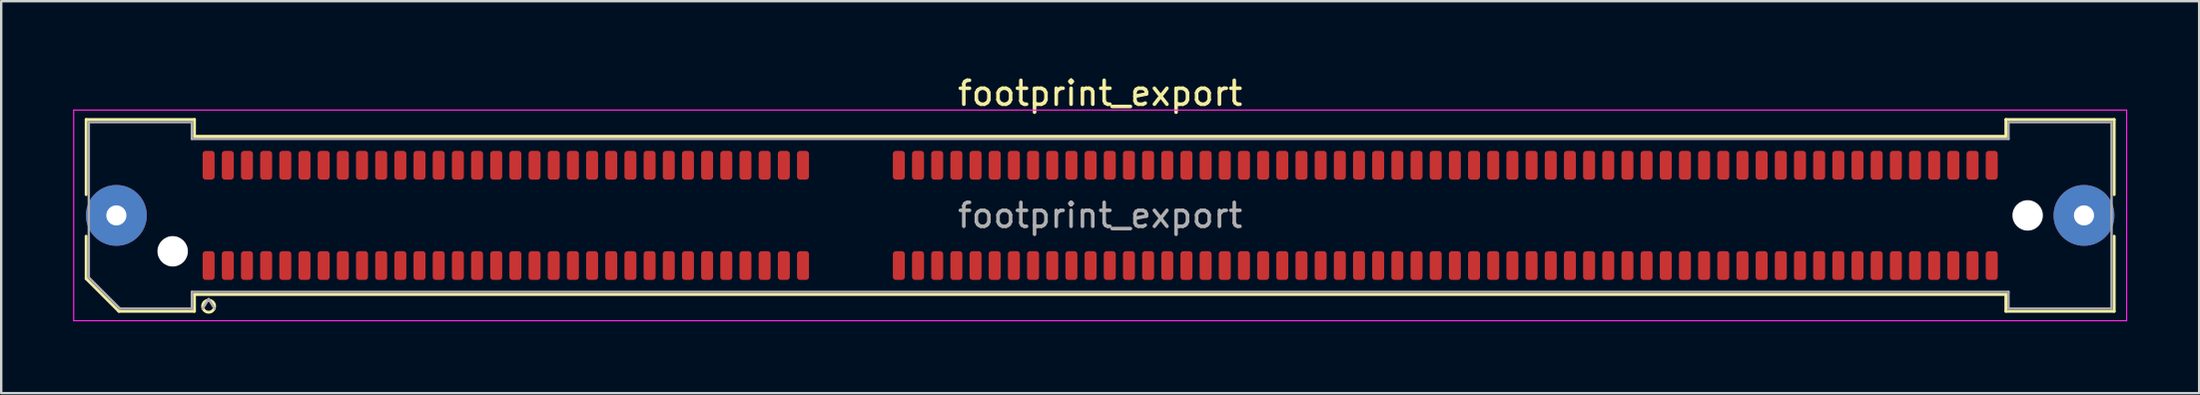
<source format=kicad_pcb>
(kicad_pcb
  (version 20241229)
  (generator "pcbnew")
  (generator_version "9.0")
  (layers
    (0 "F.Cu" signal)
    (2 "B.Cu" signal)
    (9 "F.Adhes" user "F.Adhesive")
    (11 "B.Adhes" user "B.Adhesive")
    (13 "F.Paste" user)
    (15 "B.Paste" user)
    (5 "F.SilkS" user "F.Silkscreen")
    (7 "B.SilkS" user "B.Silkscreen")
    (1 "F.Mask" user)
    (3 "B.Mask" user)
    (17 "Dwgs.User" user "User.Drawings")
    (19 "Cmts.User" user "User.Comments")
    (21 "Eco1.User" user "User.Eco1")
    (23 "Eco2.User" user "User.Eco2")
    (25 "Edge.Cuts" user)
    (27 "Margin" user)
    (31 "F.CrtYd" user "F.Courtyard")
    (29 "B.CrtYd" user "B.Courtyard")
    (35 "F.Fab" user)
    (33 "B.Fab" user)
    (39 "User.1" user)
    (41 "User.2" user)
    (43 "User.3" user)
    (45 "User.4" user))
  (footprint "footprint_export"
    (layer "F.Cu")
    (at 42.855 5.948)
    (property "Reference" "footprint_export" (at 0 -5.1 0) (layer "F.SilkS") (effects (font (size 1 1) (thickness 0.15))))
    (attr smd)
    (fp_line (start -42.31 -4.005) (end -37.79 -4.005) (stroke (width 0.12) (type solid)) (layer "F.SilkS"))
    (fp_line (start -42.31 -0.868) (end -42.31 -4.005) (stroke (width 0.12) (type solid)) (layer "F.SilkS"))
    (fp_line (start -42.31 2.641) (end -42.31 0.868) (stroke (width 0.12) (type solid)) (layer "F.SilkS"))
    (fp_line (start -40.946 4.005) (end -42.31 2.641) (stroke (width 0.12) (type solid)) (layer "F.SilkS"))
    (fp_line (start -37.79 -4.005) (end -37.79 -3.305) (stroke (width 0.12) (type solid)) (layer "F.SilkS"))
    (fp_line (start -37.79 -3.305) (end 37.79 -3.305) (stroke (width 0.12) (type solid)) (layer "F.SilkS"))
    (fp_line (start -37.79 3.305) (end -37.79 4.005) (stroke (width 0.12) (type solid)) (layer "F.SilkS"))
    (fp_line (start -37.79 4.005) (end -40.946 4.005) (stroke (width 0.12) (type solid)) (layer "F.SilkS"))
    (fp_line (start 37.79 -4.005) (end 42.31 -4.005) (stroke (width 0.12) (type solid)) (layer "F.SilkS"))
    (fp_line (start 37.79 -3.305) (end 37.79 -4.005) (stroke (width 0.12) (type solid)) (layer "F.SilkS"))
    (fp_line (start 37.79 3.305) (end -37.79 3.305) (stroke (width 0.12) (type solid)) (layer "F.SilkS"))
    (fp_line (start 37.79 4.005) (end 37.79 3.305) (stroke (width 0.12) (type solid)) (layer "F.SilkS"))
    (fp_line (start 42.31 -4.005) (end 42.31 -0.868) (stroke (width 0.12) (type solid)) (layer "F.SilkS"))
    (fp_line (start 42.31 0.868) (end 42.31 4.005) (stroke (width 0.12) (type solid)) (layer "F.SilkS"))
    (fp_line (start 42.31 4.005) (end 37.79 4.005) (stroke (width 0.12) (type solid)) (layer "F.SilkS"))
    (fp_arc (start -36.95 3.795) (mid -37.45 3.795) (end -36.95 3.795) (stroke (width 0.12) (type solid)) (layer "F.SilkS"))
    (fp_line (start -42.83 -4.4) (end -42.83 4.4) (stroke (width 0.05) (type solid)) (layer "F.CrtYd"))
    (fp_line (start -42.83 4.4) (end 42.83 4.4) (stroke (width 0.05) (type solid)) (layer "F.CrtYd"))
    (fp_line (start 42.83 -4.4) (end -42.83 -4.4) (stroke (width 0.05) (type solid)) (layer "F.CrtYd"))
    (fp_line (start 42.83 4.4) (end 42.83 -4.4) (stroke (width 0.05) (type solid)) (layer "F.CrtYd"))
    (fp_line (start -42.2 -3.895) (end -37.9 -3.895) (stroke (width 0.1) (type solid)) (layer "F.Fab"))
    (fp_line (start -42.2 2.595) (end -42.2 -3.895) (stroke (width 0.1) (type solid)) (layer "F.Fab"))
    (fp_line (start -40.9 3.895) (end -42.2 2.595) (stroke (width 0.1) (type solid)) (layer "F.Fab"))
    (fp_line (start -37.9 -3.895) (end -37.9 -3.195) (stroke (width 0.1) (type solid)) (layer "F.Fab"))
    (fp_line (start -37.9 -3.195) (end 37.9 -3.195) (stroke (width 0.1) (type solid)) (layer "F.Fab"))
    (fp_line (start -37.9 3.195) (end -37.9 3.895) (stroke (width 0.1) (type solid)) (layer "F.Fab"))
    (fp_line (start -37.9 3.895) (end -40.9 3.895) (stroke (width 0.1) (type solid)) (layer "F.Fab"))
    (fp_line (start -37.2 3.495) (end -37.45 3.895) (stroke (width 0.1) (type solid)) (layer "F.Fab"))
    (fp_line (start -37.2 3.495) (end -36.95 3.895) (stroke (width 0.1) (type solid)) (layer "F.Fab"))
    (fp_line (start 37.9 -3.895) (end 42.2 -3.895) (stroke (width 0.1) (type solid)) (layer "F.Fab"))
    (fp_line (start 37.9 -3.195) (end 37.9 -3.895) (stroke (width 0.1) (type solid)) (layer "F.Fab"))
    (fp_line (start 37.9 3.195) (end -37.9 3.195) (stroke (width 0.1) (type solid)) (layer "F.Fab"))
    (fp_line (start 37.9 3.895) (end 37.9 3.195) (stroke (width 0.1) (type solid)) (layer "F.Fab"))
    (fp_line (start 42.2 -3.895) (end 42.2 3.895) (stroke (width 0.1) (type solid)) (layer "F.Fab"))
    (fp_line (start 42.2 3.895) (end 37.9 3.895) (stroke (width 0.1) (type solid)) (layer "F.Fab"))
    (fp_text user "${REFERENCE}" (at 0 0 0) (layer "F.Fab") (effects (font (size 1 1) (thickness 0.15))))
    (pad "" thru_hole circle (at -41.05 0) (size 2.54 2.54) (drill 0.84) (layers "*.Cu" "*.Mask" "F.Paste"))
    (pad "" np_thru_hole circle (at -38.7 1.5) (size 1.27 1.27) (drill 1.27) (layers "*.Cu" "*.Mask"))
    (pad "" np_thru_hole circle (at 38.7 0) (size 1.27 1.27) (drill 1.27) (layers "*.Cu" "*.Mask"))
    (pad "" thru_hole circle (at 41.05 0) (size 2.54 2.54) (drill 0.84) (layers "*.Cu" "*.Mask" "F.Paste"))
    (pad "1" smd roundrect (at -37.2 2.095) (size 0.5 1.2) (layers "F.Cu" "F.Mask" "F.Paste") (roundrect_rratio 0.25))
    (pad "2" smd roundrect (at -37.2 -2.095) (size 0.5 1.2) (layers "F.Cu" "F.Mask" "F.Paste") (roundrect_rratio 0.25))
    (pad "3" smd roundrect (at -36.4 2.095) (size 0.5 1.2) (layers "F.Cu" "F.Mask" "F.Paste") (roundrect_rratio 0.25))
    (pad "4" smd roundrect (at -36.4 -2.095) (size 0.5 1.2) (layers "F.Cu" "F.Mask" "F.Paste") (roundrect_rratio 0.25))
    (pad "5" smd roundrect (at -35.6 2.095) (size 0.5 1.2) (layers "F.Cu" "F.Mask" "F.Paste") (roundrect_rratio 0.25))
    (pad "6" smd roundrect (at -35.6 -2.095) (size 0.5 1.2) (layers "F.Cu" "F.Mask" "F.Paste") (roundrect_rratio 0.25))
    (pad "7" smd roundrect (at -34.8 2.095) (size 0.5 1.2) (layers "F.Cu" "F.Mask" "F.Paste") (roundrect_rratio 0.25))
    (pad "8" smd roundrect (at -34.8 -2.095) (size 0.5 1.2) (layers "F.Cu" "F.Mask" "F.Paste") (roundrect_rratio 0.25))
    (pad "9" smd roundrect (at -34 2.095) (size 0.5 1.2) (layers "F.Cu" "F.Mask" "F.Paste") (roundrect_rratio 0.25))
    (pad "10" smd roundrect (at -34 -2.095) (size 0.5 1.2) (layers "F.Cu" "F.Mask" "F.Paste") (roundrect_rratio 0.25))
    (pad "11" smd roundrect (at -33.2 2.095) (size 0.5 1.2) (layers "F.Cu" "F.Mask" "F.Paste") (roundrect_rratio 0.25))
    (pad "12" smd roundrect (at -33.2 -2.095) (size 0.5 1.2) (layers "F.Cu" "F.Mask" "F.Paste") (roundrect_rratio 0.25))
    (pad "13" smd roundrect (at -32.4 2.095) (size 0.5 1.2) (layers "F.Cu" "F.Mask" "F.Paste") (roundrect_rratio 0.25))
    (pad "14" smd roundrect (at -32.4 -2.095) (size 0.5 1.2) (layers "F.Cu" "F.Mask" "F.Paste") (roundrect_rratio 0.25))
    (pad "15" smd roundrect (at -31.6 2.095) (size 0.5 1.2) (layers "F.Cu" "F.Mask" "F.Paste") (roundrect_rratio 0.25))
    (pad "16" smd roundrect (at -31.6 -2.095) (size 0.5 1.2) (layers "F.Cu" "F.Mask" "F.Paste") (roundrect_rratio 0.25))
    (pad "17" smd roundrect (at -30.8 2.095) (size 0.5 1.2) (layers "F.Cu" "F.Mask" "F.Paste") (roundrect_rratio 0.25))
    (pad "18" smd roundrect (at -30.8 -2.095) (size 0.5 1.2) (layers "F.Cu" "F.Mask" "F.Paste") (roundrect_rratio 0.25))
    (pad "19" smd roundrect (at -30 2.095) (size 0.5 1.2) (layers "F.Cu" "F.Mask" "F.Paste") (roundrect_rratio 0.25))
    (pad "20" smd roundrect (at -30 -2.095) (size 0.5 1.2) (layers "F.Cu" "F.Mask" "F.Paste") (roundrect_rratio 0.25))
    (pad "21" smd roundrect (at -29.2 2.095) (size 0.5 1.2) (layers "F.Cu" "F.Mask" "F.Paste") (roundrect_rratio 0.25))
    (pad "22" smd roundrect (at -29.2 -2.095) (size 0.5 1.2) (layers "F.Cu" "F.Mask" "F.Paste") (roundrect_rratio 0.25))
    (pad "23" smd roundrect (at -28.4 2.095) (size 0.5 1.2) (layers "F.Cu" "F.Mask" "F.Paste") (roundrect_rratio 0.25))
    (pad "24" smd roundrect (at -28.4 -2.095) (size 0.5 1.2) (layers "F.Cu" "F.Mask" "F.Paste") (roundrect_rratio 0.25))
    (pad "25" smd roundrect (at -27.6 2.095) (size 0.5 1.2) (layers "F.Cu" "F.Mask" "F.Paste") (roundrect_rratio 0.25))
    (pad "26" smd roundrect (at -27.6 -2.095) (size 0.5 1.2) (layers "F.Cu" "F.Mask" "F.Paste") (roundrect_rratio 0.25))
    (pad "27" smd roundrect (at -26.8 2.095) (size 0.5 1.2) (layers "F.Cu" "F.Mask" "F.Paste") (roundrect_rratio 0.25))
    (pad "28" smd roundrect (at -26.8 -2.095) (size 0.5 1.2) (layers "F.Cu" "F.Mask" "F.Paste") (roundrect_rratio 0.25))
    (pad "29" smd roundrect (at -26 2.095) (size 0.5 1.2) (layers "F.Cu" "F.Mask" "F.Paste") (roundrect_rratio 0.25))
    (pad "30" smd roundrect (at -26 -2.095) (size 0.5 1.2) (layers "F.Cu" "F.Mask" "F.Paste") (roundrect_rratio 0.25))
    (pad "31" smd roundrect (at -25.2 2.095) (size 0.5 1.2) (layers "F.Cu" "F.Mask" "F.Paste") (roundrect_rratio 0.25))
    (pad "32" smd roundrect (at -25.2 -2.095) (size 0.5 1.2) (layers "F.Cu" "F.Mask" "F.Paste") (roundrect_rratio 0.25))
    (pad "33" smd roundrect (at -24.4 2.095) (size 0.5 1.2) (layers "F.Cu" "F.Mask" "F.Paste") (roundrect_rratio 0.25))
    (pad "34" smd roundrect (at -24.4 -2.095) (size 0.5 1.2) (layers "F.Cu" "F.Mask" "F.Paste") (roundrect_rratio 0.25))
    (pad "35" smd roundrect (at -23.6 2.095) (size 0.5 1.2) (layers "F.Cu" "F.Mask" "F.Paste") (roundrect_rratio 0.25))
    (pad "36" smd roundrect (at -23.6 -2.095) (size 0.5 1.2) (layers "F.Cu" "F.Mask" "F.Paste") (roundrect_rratio 0.25))
    (pad "37" smd roundrect (at -22.8 2.095) (size 0.5 1.2) (layers "F.Cu" "F.Mask" "F.Paste") (roundrect_rratio 0.25))
    (pad "38" smd roundrect (at -22.8 -2.095) (size 0.5 1.2) (layers "F.Cu" "F.Mask" "F.Paste") (roundrect_rratio 0.25))
    (pad "39" smd roundrect (at -22 2.095) (size 0.5 1.2) (layers "F.Cu" "F.Mask" "F.Paste") (roundrect_rratio 0.25))
    (pad "40" smd roundrect (at -22 -2.095) (size 0.5 1.2) (layers "F.Cu" "F.Mask" "F.Paste") (roundrect_rratio 0.25))
    (pad "41" smd roundrect (at -21.2 2.095) (size 0.5 1.2) (layers "F.Cu" "F.Mask" "F.Paste") (roundrect_rratio 0.25))
    (pad "42" smd roundrect (at -21.2 -2.095) (size 0.5 1.2) (layers "F.Cu" "F.Mask" "F.Paste") (roundrect_rratio 0.25))
    (pad "43" smd roundrect (at -20.4 2.095) (size 0.5 1.2) (layers "F.Cu" "F.Mask" "F.Paste") (roundrect_rratio 0.25))
    (pad "44" smd roundrect (at -20.4 -2.095) (size 0.5 1.2) (layers "F.Cu" "F.Mask" "F.Paste") (roundrect_rratio 0.25))
    (pad "45" smd roundrect (at -19.6 2.095) (size 0.5 1.2) (layers "F.Cu" "F.Mask" "F.Paste") (roundrect_rratio 0.25))
    (pad "46" smd roundrect (at -19.6 -2.095) (size 0.5 1.2) (layers "F.Cu" "F.Mask" "F.Paste") (roundrect_rratio 0.25))
    (pad "47" smd roundrect (at -18.8 2.095) (size 0.5 1.2) (layers "F.Cu" "F.Mask" "F.Paste") (roundrect_rratio 0.25))
    (pad "48" smd roundrect (at -18.8 -2.095) (size 0.5 1.2) (layers "F.Cu" "F.Mask" "F.Paste") (roundrect_rratio 0.25))
    (pad "49" smd roundrect (at -18 2.095) (size 0.5 1.2) (layers "F.Cu" "F.Mask" "F.Paste") (roundrect_rratio 0.25))
    (pad "50" smd roundrect (at -18 -2.095) (size 0.5 1.2) (layers "F.Cu" "F.Mask" "F.Paste") (roundrect_rratio 0.25))
    (pad "51" smd roundrect (at -17.2 2.095) (size 0.5 1.2) (layers "F.Cu" "F.Mask" "F.Paste") (roundrect_rratio 0.25))
    (pad "52" smd roundrect (at -17.2 -2.095) (size 0.5 1.2) (layers "F.Cu" "F.Mask" "F.Paste") (roundrect_rratio 0.25))
    (pad "53" smd roundrect (at -16.4 2.095) (size 0.5 1.2) (layers "F.Cu" "F.Mask" "F.Paste") (roundrect_rratio 0.25))
    (pad "54" smd roundrect (at -16.4 -2.095) (size 0.5 1.2) (layers "F.Cu" "F.Mask" "F.Paste") (roundrect_rratio 0.25))
    (pad "55" smd roundrect (at -15.6 2.095) (size 0.5 1.2) (layers "F.Cu" "F.Mask" "F.Paste") (roundrect_rratio 0.25))
    (pad "56" smd roundrect (at -15.6 -2.095) (size 0.5 1.2) (layers "F.Cu" "F.Mask" "F.Paste") (roundrect_rratio 0.25))
    (pad "57" smd roundrect (at -14.8 2.095) (size 0.5 1.2) (layers "F.Cu" "F.Mask" "F.Paste") (roundrect_rratio 0.25))
    (pad "58" smd roundrect (at -14.8 -2.095) (size 0.5 1.2) (layers "F.Cu" "F.Mask" "F.Paste") (roundrect_rratio 0.25))
    (pad "59" smd roundrect (at -14 2.095) (size 0.5 1.2) (layers "F.Cu" "F.Mask" "F.Paste") (roundrect_rratio 0.25))
    (pad "60" smd roundrect (at -14 -2.095) (size 0.5 1.2) (layers "F.Cu" "F.Mask" "F.Paste") (roundrect_rratio 0.25))
    (pad "61" smd roundrect (at -13.2 2.095) (size 0.5 1.2) (layers "F.Cu" "F.Mask" "F.Paste") (roundrect_rratio 0.25))
    (pad "62" smd roundrect (at -13.2 -2.095) (size 0.5 1.2) (layers "F.Cu" "F.Mask" "F.Paste") (roundrect_rratio 0.25))
    (pad "63" smd roundrect (at -12.4 2.095) (size 0.5 1.2) (layers "F.Cu" "F.Mask" "F.Paste") (roundrect_rratio 0.25))
    (pad "64" smd roundrect (at -12.4 -2.095) (size 0.5 1.2) (layers "F.Cu" "F.Mask" "F.Paste") (roundrect_rratio 0.25))
    (pad "65" smd roundrect (at -8.4 2.095) (size 0.5 1.2) (layers "F.Cu" "F.Mask" "F.Paste") (roundrect_rratio 0.25))
    (pad "66" smd roundrect (at -8.4 -2.095) (size 0.5 1.2) (layers "F.Cu" "F.Mask" "F.Paste") (roundrect_rratio 0.25))
    (pad "67" smd roundrect (at -7.6 2.095) (size 0.5 1.2) (layers "F.Cu" "F.Mask" "F.Paste") (roundrect_rratio 0.25))
    (pad "68" smd roundrect (at -7.6 -2.095) (size 0.5 1.2) (layers "F.Cu" "F.Mask" "F.Paste") (roundrect_rratio 0.25))
    (pad "69" smd roundrect (at -6.8 2.095) (size 0.5 1.2) (layers "F.Cu" "F.Mask" "F.Paste") (roundrect_rratio 0.25))
    (pad "70" smd roundrect (at -6.8 -2.095) (size 0.5 1.2) (layers "F.Cu" "F.Mask" "F.Paste") (roundrect_rratio 0.25))
    (pad "71" smd roundrect (at -6 2.095) (size 0.5 1.2) (layers "F.Cu" "F.Mask" "F.Paste") (roundrect_rratio 0.25))
    (pad "72" smd roundrect (at -6 -2.095) (size 0.5 1.2) (layers "F.Cu" "F.Mask" "F.Paste") (roundrect_rratio 0.25))
    (pad "73" smd roundrect (at -5.2 2.095) (size 0.5 1.2) (layers "F.Cu" "F.Mask" "F.Paste") (roundrect_rratio 0.25))
    (pad "74" smd roundrect (at -5.2 -2.095) (size 0.5 1.2) (layers "F.Cu" "F.Mask" "F.Paste") (roundrect_rratio 0.25))
    (pad "75" smd roundrect (at -4.4 2.095) (size 0.5 1.2) (layers "F.Cu" "F.Mask" "F.Paste") (roundrect_rratio 0.25))
    (pad "76" smd roundrect (at -4.4 -2.095) (size 0.5 1.2) (layers "F.Cu" "F.Mask" "F.Paste") (roundrect_rratio 0.25))
    (pad "77" smd roundrect (at -3.6 2.095) (size 0.5 1.2) (layers "F.Cu" "F.Mask" "F.Paste") (roundrect_rratio 0.25))
    (pad "78" smd roundrect (at -3.6 -2.095) (size 0.5 1.2) (layers "F.Cu" "F.Mask" "F.Paste") (roundrect_rratio 0.25))
    (pad "79" smd roundrect (at -2.8 2.095) (size 0.5 1.2) (layers "F.Cu" "F.Mask" "F.Paste") (roundrect_rratio 0.25))
    (pad "80" smd roundrect (at -2.8 -2.095) (size 0.5 1.2) (layers "F.Cu" "F.Mask" "F.Paste") (roundrect_rratio 0.25))
    (pad "81" smd roundrect (at -2 2.095) (size 0.5 1.2) (layers "F.Cu" "F.Mask" "F.Paste") (roundrect_rratio 0.25))
    (pad "82" smd roundrect (at -2 -2.095) (size 0.5 1.2) (layers "F.Cu" "F.Mask" "F.Paste") (roundrect_rratio 0.25))
    (pad "83" smd roundrect (at -1.2 2.095) (size 0.5 1.2) (layers "F.Cu" "F.Mask" "F.Paste") (roundrect_rratio 0.25))
    (pad "84" smd roundrect (at -1.2 -2.095) (size 0.5 1.2) (layers "F.Cu" "F.Mask" "F.Paste") (roundrect_rratio 0.25))
    (pad "85" smd roundrect (at -0.4 2.095) (size 0.5 1.2) (layers "F.Cu" "F.Mask" "F.Paste") (roundrect_rratio 0.25))
    (pad "86" smd roundrect (at -0.4 -2.095) (size 0.5 1.2) (layers "F.Cu" "F.Mask" "F.Paste") (roundrect_rratio 0.25))
    (pad "87" smd roundrect (at 0.4 2.095) (size 0.5 1.2) (layers "F.Cu" "F.Mask" "F.Paste") (roundrect_rratio 0.25))
    (pad "88" smd roundrect (at 0.4 -2.095) (size 0.5 1.2) (layers "F.Cu" "F.Mask" "F.Paste") (roundrect_rratio 0.25))
    (pad "89" smd roundrect (at 1.2 2.095) (size 0.5 1.2) (layers "F.Cu" "F.Mask" "F.Paste") (roundrect_rratio 0.25))
    (pad "90" smd roundrect (at 1.2 -2.095) (size 0.5 1.2) (layers "F.Cu" "F.Mask" "F.Paste") (roundrect_rratio 0.25))
    (pad "91" smd roundrect (at 2 2.095) (size 0.5 1.2) (layers "F.Cu" "F.Mask" "F.Paste") (roundrect_rratio 0.25))
    (pad "92" smd roundrect (at 2 -2.095) (size 0.5 1.2) (layers "F.Cu" "F.Mask" "F.Paste") (roundrect_rratio 0.25))
    (pad "93" smd roundrect (at 2.8 2.095) (size 0.5 1.2) (layers "F.Cu" "F.Mask" "F.Paste") (roundrect_rratio 0.25))
    (pad "94" smd roundrect (at 2.8 -2.095) (size 0.5 1.2) (layers "F.Cu" "F.Mask" "F.Paste") (roundrect_rratio 0.25))
    (pad "95" smd roundrect (at 3.6 2.095) (size 0.5 1.2) (layers "F.Cu" "F.Mask" "F.Paste") (roundrect_rratio 0.25))
    (pad "96" smd roundrect (at 3.6 -2.095) (size 0.5 1.2) (layers "F.Cu" "F.Mask" "F.Paste") (roundrect_rratio 0.25))
    (pad "97" smd roundrect (at 4.4 2.095) (size 0.5 1.2) (layers "F.Cu" "F.Mask" "F.Paste") (roundrect_rratio 0.25))
    (pad "98" smd roundrect (at 4.4 -2.095) (size 0.5 1.2) (layers "F.Cu" "F.Mask" "F.Paste") (roundrect_rratio 0.25))
    (pad "99" smd roundrect (at 5.2 2.095) (size 0.5 1.2) (layers "F.Cu" "F.Mask" "F.Paste") (roundrect_rratio 0.25))
    (pad "100" smd roundrect (at 5.2 -2.095) (size 0.5 1.2) (layers "F.Cu" "F.Mask" "F.Paste") (roundrect_rratio 0.25))
    (pad "101" smd roundrect (at 6 2.095) (size 0.5 1.2) (layers "F.Cu" "F.Mask" "F.Paste") (roundrect_rratio 0.25))
    (pad "102" smd roundrect (at 6 -2.095) (size 0.5 1.2) (layers "F.Cu" "F.Mask" "F.Paste") (roundrect_rratio 0.25))
    (pad "103" smd roundrect (at 6.8 2.095) (size 0.5 1.2) (layers "F.Cu" "F.Mask" "F.Paste") (roundrect_rratio 0.25))
    (pad "104" smd roundrect (at 6.8 -2.095) (size 0.5 1.2) (layers "F.Cu" "F.Mask" "F.Paste") (roundrect_rratio 0.25))
    (pad "105" smd roundrect (at 7.6 2.095) (size 0.5 1.2) (layers "F.Cu" "F.Mask" "F.Paste") (roundrect_rratio 0.25))
    (pad "106" smd roundrect (at 7.6 -2.095) (size 0.5 1.2) (layers "F.Cu" "F.Mask" "F.Paste") (roundrect_rratio 0.25))
    (pad "107" smd roundrect (at 8.4 2.095) (size 0.5 1.2) (layers "F.Cu" "F.Mask" "F.Paste") (roundrect_rratio 0.25))
    (pad "108" smd roundrect (at 8.4 -2.095) (size 0.5 1.2) (layers "F.Cu" "F.Mask" "F.Paste") (roundrect_rratio 0.25))
    (pad "109" smd roundrect (at 9.2 2.095) (size 0.5 1.2) (layers "F.Cu" "F.Mask" "F.Paste") (roundrect_rratio 0.25))
    (pad "110" smd roundrect (at 9.2 -2.095) (size 0.5 1.2) (layers "F.Cu" "F.Mask" "F.Paste") (roundrect_rratio 0.25))
    (pad "111" smd roundrect (at 10 2.095) (size 0.5 1.2) (layers "F.Cu" "F.Mask" "F.Paste") (roundrect_rratio 0.25))
    (pad "112" smd roundrect (at 10 -2.095) (size 0.5 1.2) (layers "F.Cu" "F.Mask" "F.Paste") (roundrect_rratio 0.25))
    (pad "113" smd roundrect (at 10.8 2.095) (size 0.5 1.2) (layers "F.Cu" "F.Mask" "F.Paste") (roundrect_rratio 0.25))
    (pad "114" smd roundrect (at 10.8 -2.095) (size 0.5 1.2) (layers "F.Cu" "F.Mask" "F.Paste") (roundrect_rratio 0.25))
    (pad "115" smd roundrect (at 11.6 2.095) (size 0.5 1.2) (layers "F.Cu" "F.Mask" "F.Paste") (roundrect_rratio 0.25))
    (pad "116" smd roundrect (at 11.6 -2.095) (size 0.5 1.2) (layers "F.Cu" "F.Mask" "F.Paste") (roundrect_rratio 0.25))
    (pad "117" smd roundrect (at 12.4 2.095) (size 0.5 1.2) (layers "F.Cu" "F.Mask" "F.Paste") (roundrect_rratio 0.25))
    (pad "118" smd roundrect (at 12.4 -2.095) (size 0.5 1.2) (layers "F.Cu" "F.Mask" "F.Paste") (roundrect_rratio 0.25))
    (pad "119" smd roundrect (at 13.2 2.095) (size 0.5 1.2) (layers "F.Cu" "F.Mask" "F.Paste") (roundrect_rratio 0.25))
    (pad "120" smd roundrect (at 13.2 -2.095) (size 0.5 1.2) (layers "F.Cu" "F.Mask" "F.Paste") (roundrect_rratio 0.25))
    (pad "121" smd roundrect (at 14 2.095) (size 0.5 1.2) (layers "F.Cu" "F.Mask" "F.Paste") (roundrect_rratio 0.25))
    (pad "122" smd roundrect (at 14 -2.095) (size 0.5 1.2) (layers "F.Cu" "F.Mask" "F.Paste") (roundrect_rratio 0.25))
    (pad "123" smd roundrect (at 14.8 2.095) (size 0.5 1.2) (layers "F.Cu" "F.Mask" "F.Paste") (roundrect_rratio 0.25))
    (pad "124" smd roundrect (at 14.8 -2.095) (size 0.5 1.2) (layers "F.Cu" "F.Mask" "F.Paste") (roundrect_rratio 0.25))
    (pad "125" smd roundrect (at 15.6 2.095) (size 0.5 1.2) (layers "F.Cu" "F.Mask" "F.Paste") (roundrect_rratio 0.25))
    (pad "126" smd roundrect (at 15.6 -2.095) (size 0.5 1.2) (layers "F.Cu" "F.Mask" "F.Paste") (roundrect_rratio 0.25))
    (pad "127" smd roundrect (at 16.4 2.095) (size 0.5 1.2) (layers "F.Cu" "F.Mask" "F.Paste") (roundrect_rratio 0.25))
    (pad "128" smd roundrect (at 16.4 -2.095) (size 0.5 1.2) (layers "F.Cu" "F.Mask" "F.Paste") (roundrect_rratio 0.25))
    (pad "129" smd roundrect (at 17.2 2.095) (size 0.5 1.2) (layers "F.Cu" "F.Mask" "F.Paste") (roundrect_rratio 0.25))
    (pad "130" smd roundrect (at 17.2 -2.095) (size 0.5 1.2) (layers "F.Cu" "F.Mask" "F.Paste") (roundrect_rratio 0.25))
    (pad "131" smd roundrect (at 18 2.095) (size 0.5 1.2) (layers "F.Cu" "F.Mask" "F.Paste") (roundrect_rratio 0.25))
    (pad "132" smd roundrect (at 18 -2.095) (size 0.5 1.2) (layers "F.Cu" "F.Mask" "F.Paste") (roundrect_rratio 0.25))
    (pad "133" smd roundrect (at 18.8 2.095) (size 0.5 1.2) (layers "F.Cu" "F.Mask" "F.Paste") (roundrect_rratio 0.25))
    (pad "134" smd roundrect (at 18.8 -2.095) (size 0.5 1.2) (layers "F.Cu" "F.Mask" "F.Paste") (roundrect_rratio 0.25))
    (pad "135" smd roundrect (at 19.6 2.095) (size 0.5 1.2) (layers "F.Cu" "F.Mask" "F.Paste") (roundrect_rratio 0.25))
    (pad "136" smd roundrect (at 19.6 -2.095) (size 0.5 1.2) (layers "F.Cu" "F.Mask" "F.Paste") (roundrect_rratio 0.25))
    (pad "137" smd roundrect (at 20.4 2.095) (size 0.5 1.2) (layers "F.Cu" "F.Mask" "F.Paste") (roundrect_rratio 0.25))
    (pad "138" smd roundrect (at 20.4 -2.095) (size 0.5 1.2) (layers "F.Cu" "F.Mask" "F.Paste") (roundrect_rratio 0.25))
    (pad "139" smd roundrect (at 21.2 2.095) (size 0.5 1.2) (layers "F.Cu" "F.Mask" "F.Paste") (roundrect_rratio 0.25))
    (pad "140" smd roundrect (at 21.2 -2.095) (size 0.5 1.2) (layers "F.Cu" "F.Mask" "F.Paste") (roundrect_rratio 0.25))
    (pad "141" smd roundrect (at 22 2.095) (size 0.5 1.2) (layers "F.Cu" "F.Mask" "F.Paste") (roundrect_rratio 0.25))
    (pad "142" smd roundrect (at 22 -2.095) (size 0.5 1.2) (layers "F.Cu" "F.Mask" "F.Paste") (roundrect_rratio 0.25))
    (pad "143" smd roundrect (at 22.8 2.095) (size 0.5 1.2) (layers "F.Cu" "F.Mask" "F.Paste") (roundrect_rratio 0.25))
    (pad "144" smd roundrect (at 22.8 -2.095) (size 0.5 1.2) (layers "F.Cu" "F.Mask" "F.Paste") (roundrect_rratio 0.25))
    (pad "145" smd roundrect (at 23.6 2.095) (size 0.5 1.2) (layers "F.Cu" "F.Mask" "F.Paste") (roundrect_rratio 0.25))
    (pad "146" smd roundrect (at 23.6 -2.095) (size 0.5 1.2) (layers "F.Cu" "F.Mask" "F.Paste") (roundrect_rratio 0.25))
    (pad "147" smd roundrect (at 24.4 2.095) (size 0.5 1.2) (layers "F.Cu" "F.Mask" "F.Paste") (roundrect_rratio 0.25))
    (pad "148" smd roundrect (at 24.4 -2.095) (size 0.5 1.2) (layers "F.Cu" "F.Mask" "F.Paste") (roundrect_rratio 0.25))
    (pad "149" smd roundrect (at 25.2 2.095) (size 0.5 1.2) (layers "F.Cu" "F.Mask" "F.Paste") (roundrect_rratio 0.25))
    (pad "150" smd roundrect (at 25.2 -2.095) (size 0.5 1.2) (layers "F.Cu" "F.Mask" "F.Paste") (roundrect_rratio 0.25))
    (pad "151" smd roundrect (at 26 2.095) (size 0.5 1.2) (layers "F.Cu" "F.Mask" "F.Paste") (roundrect_rratio 0.25))
    (pad "152" smd roundrect (at 26 -2.095) (size 0.5 1.2) (layers "F.Cu" "F.Mask" "F.Paste") (roundrect_rratio 0.25))
    (pad "153" smd roundrect (at 26.8 2.095) (size 0.5 1.2) (layers "F.Cu" "F.Mask" "F.Paste") (roundrect_rratio 0.25))
    (pad "154" smd roundrect (at 26.8 -2.095) (size 0.5 1.2) (layers "F.Cu" "F.Mask" "F.Paste") (roundrect_rratio 0.25))
    (pad "155" smd roundrect (at 27.6 2.095) (size 0.5 1.2) (layers "F.Cu" "F.Mask" "F.Paste") (roundrect_rratio 0.25))
    (pad "156" smd roundrect (at 27.6 -2.095) (size 0.5 1.2) (layers "F.Cu" "F.Mask" "F.Paste") (roundrect_rratio 0.25))
    (pad "157" smd roundrect (at 28.4 2.095) (size 0.5 1.2) (layers "F.Cu" "F.Mask" "F.Paste") (roundrect_rratio 0.25))
    (pad "158" smd roundrect (at 28.4 -2.095) (size 0.5 1.2) (layers "F.Cu" "F.Mask" "F.Paste") (roundrect_rratio 0.25))
    (pad "159" smd roundrect (at 29.2 2.095) (size 0.5 1.2) (layers "F.Cu" "F.Mask" "F.Paste") (roundrect_rratio 0.25))
    (pad "160" smd roundrect (at 29.2 -2.095) (size 0.5 1.2) (layers "F.Cu" "F.Mask" "F.Paste") (roundrect_rratio 0.25))
    (pad "161" smd roundrect (at 30 2.095) (size 0.5 1.2) (layers "F.Cu" "F.Mask" "F.Paste") (roundrect_rratio 0.25))
    (pad "162" smd roundrect (at 30 -2.095) (size 0.5 1.2) (layers "F.Cu" "F.Mask" "F.Paste") (roundrect_rratio 0.25))
    (pad "163" smd roundrect (at 30.8 2.095) (size 0.5 1.2) (layers "F.Cu" "F.Mask" "F.Paste") (roundrect_rratio 0.25))
    (pad "164" smd roundrect (at 30.8 -2.095) (size 0.5 1.2) (layers "F.Cu" "F.Mask" "F.Paste") (roundrect_rratio 0.25))
    (pad "165" smd roundrect (at 31.6 2.095) (size 0.5 1.2) (layers "F.Cu" "F.Mask" "F.Paste") (roundrect_rratio 0.25))
    (pad "166" smd roundrect (at 31.6 -2.095) (size 0.5 1.2) (layers "F.Cu" "F.Mask" "F.Paste") (roundrect_rratio 0.25))
    (pad "167" smd roundrect (at 32.4 2.095) (size 0.5 1.2) (layers "F.Cu" "F.Mask" "F.Paste") (roundrect_rratio 0.25))
    (pad "168" smd roundrect (at 32.4 -2.095) (size 0.5 1.2) (layers "F.Cu" "F.Mask" "F.Paste") (roundrect_rratio 0.25))
    (pad "169" smd roundrect (at 33.2 2.095) (size 0.5 1.2) (layers "F.Cu" "F.Mask" "F.Paste") (roundrect_rratio 0.25))
    (pad "170" smd roundrect (at 33.2 -2.095) (size 0.5 1.2) (layers "F.Cu" "F.Mask" "F.Paste") (roundrect_rratio 0.25))
    (pad "171" smd roundrect (at 34 2.095) (size 0.5 1.2) (layers "F.Cu" "F.Mask" "F.Paste") (roundrect_rratio 0.25))
    (pad "172" smd roundrect (at 34 -2.095) (size 0.5 1.2) (layers "F.Cu" "F.Mask" "F.Paste") (roundrect_rratio 0.25))
    (pad "173" smd roundrect (at 34.8 2.095) (size 0.5 1.2) (layers "F.Cu" "F.Mask" "F.Paste") (roundrect_rratio 0.25))
    (pad "174" smd roundrect (at 34.8 -2.095) (size 0.5 1.2) (layers "F.Cu" "F.Mask" "F.Paste") (roundrect_rratio 0.25))
    (pad "175" smd roundrect (at 35.6 2.095) (size 0.5 1.2) (layers "F.Cu" "F.Mask" "F.Paste") (roundrect_rratio 0.25))
    (pad "176" smd roundrect (at 35.6 -2.095) (size 0.5 1.2) (layers "F.Cu" "F.Mask" "F.Paste") (roundrect_rratio 0.25))
    (pad "177" smd roundrect (at 36.4 2.095) (size 0.5 1.2) (layers "F.Cu" "F.Mask" "F.Paste") (roundrect_rratio 0.25))
    (pad "178" smd roundrect (at 36.4 -2.095) (size 0.5 1.2) (layers "F.Cu" "F.Mask" "F.Paste") (roundrect_rratio 0.25))
    (pad "179" smd roundrect (at 37.2 2.095) (size 0.5 1.2) (layers "F.Cu" "F.Mask" "F.Paste") (roundrect_rratio 0.25))
    (pad "180" smd roundrect (at 37.2 -2.095) (size 0.5 1.2) (layers "F.Cu" "F.Mask" "F.Paste") (roundrect_rratio 0.25)))
  (gr_rect
    (start -3 -3)
    (end 88.71 13.373)
    (stroke (width 0.1) (type default))
    (fill no)
    (layer "Edge.Cuts")))
</source>
